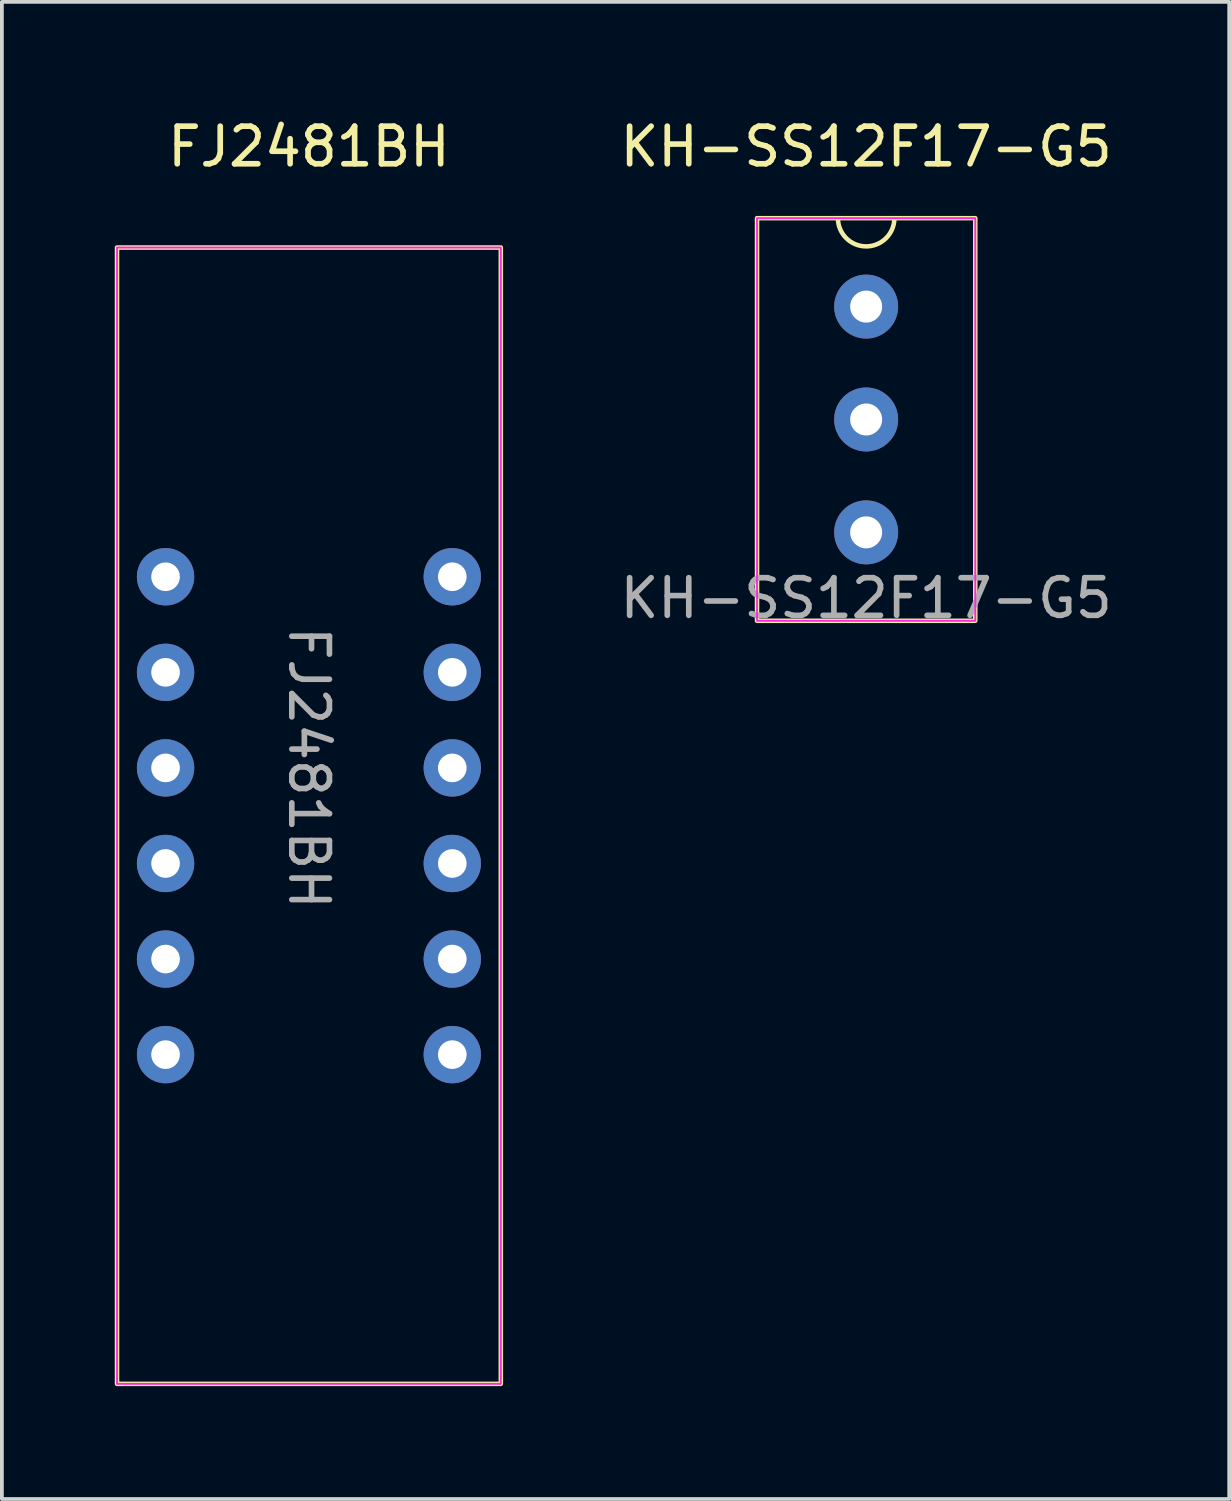
<source format=kicad_pcb>
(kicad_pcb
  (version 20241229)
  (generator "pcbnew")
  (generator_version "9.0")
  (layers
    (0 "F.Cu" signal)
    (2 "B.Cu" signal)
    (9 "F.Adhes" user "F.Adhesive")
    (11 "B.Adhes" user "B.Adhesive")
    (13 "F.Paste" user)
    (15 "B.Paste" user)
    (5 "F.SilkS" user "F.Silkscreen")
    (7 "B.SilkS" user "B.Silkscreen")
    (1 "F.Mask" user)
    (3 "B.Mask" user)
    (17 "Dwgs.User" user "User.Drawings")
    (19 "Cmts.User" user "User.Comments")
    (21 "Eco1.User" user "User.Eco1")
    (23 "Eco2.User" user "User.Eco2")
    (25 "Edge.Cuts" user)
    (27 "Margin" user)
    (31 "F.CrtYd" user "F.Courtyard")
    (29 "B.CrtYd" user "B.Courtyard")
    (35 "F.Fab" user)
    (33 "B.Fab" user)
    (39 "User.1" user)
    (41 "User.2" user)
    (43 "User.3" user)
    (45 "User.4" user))
  (footprint "FJ2481BH"
    (layer "F.Cu")
    (at 1.35 12.278)
    (property "Reference" "FJ2481BH" (at 3.81 -11.43 0) (unlocked yes) (layer "F.SilkS") (effects (font (size 1 1) (thickness 0.15))))
    (attr through_hole)
    (fp_rect (start -1.29 -8.75) (end 8.91 21.45) (stroke (width 0.12) (type solid)) (fill no) (layer "F.SilkS"))
    (fp_rect (start -1.29 -8.75) (end 8.91 21.45) (stroke (width 0.05) (type solid)) (fill no) (layer "F.CrtYd"))
    (fp_text user "${REFERENCE}" (at 3.81 5.08 270) (unlocked yes) (layer "F.Fab") (effects (font (size 1 1) (thickness 0.15))))
    (pad "1" thru_hole circle (at 0 0) (size 1.524 1.524) (drill 0.762) (layers "*.Cu" "*.Mask"))
    (pad "2" thru_hole circle (at 0 2.54) (size 1.524 1.524) (drill 0.762) (layers "*.Cu" "*.Mask"))
    (pad "3" thru_hole circle (at 0 5.08) (size 1.524 1.524) (drill 0.762) (layers "*.Cu" "*.Mask"))
    (pad "4" thru_hole circle (at 0 7.62) (size 1.524 1.524) (drill 0.762) (layers "*.Cu" "*.Mask"))
    (pad "5" thru_hole circle (at 0 10.16) (size 1.524 1.524) (drill 0.762) (layers "*.Cu" "*.Mask"))
    (pad "6" thru_hole circle (at 0 12.7) (size 1.524 1.524) (drill 0.762) (layers "*.Cu" "*.Mask"))
    (pad "7" thru_hole circle (at 7.62 12.7) (size 1.524 1.524) (drill 0.762) (layers "*.Cu" "*.Mask"))
    (pad "8" thru_hole circle (at 7.62 10.16) (size 1.524 1.524) (drill 0.762) (layers "*.Cu" "*.Mask"))
    (pad "9" thru_hole circle (at 7.62 7.62) (size 1.524 1.524) (drill 0.762) (layers "*.Cu" "*.Mask"))
    (pad "10" thru_hole circle (at 7.62 5.08) (size 1.524 1.524) (drill 0.762) (layers "*.Cu" "*.Mask"))
    (pad "11" thru_hole circle (at 7.62 2.54) (size 1.524 1.524) (drill 0.762) (layers "*.Cu" "*.Mask"))
    (pad "12" thru_hole circle (at 7.62 0) (size 1.524 1.524) (drill 0.762) (layers "*.Cu" "*.Mask")))
  (footprint "KH-SS12F17-G5"
    (layer "F.Cu")
    (at 19.969 5.098)
    (property "Reference" "KH-SS12F17-G5" (at 0 -4.25 0) (unlocked yes) (layer "F.SilkS") (effects (font (size 1 1) (thickness 0.15))))
    (attr through_hole)
    (fp_rect (start -2.9 -2.35) (end 2.9 8.35) (stroke (width 0.12) (type solid)) (fill no) (layer "F.SilkS"))
    (fp_arc (start 0.75 -2.35) (mid 0 -1.6) (end -0.75 -2.35) (stroke (width 0.12) (type solid)) (layer "F.SilkS"))
    (fp_rect (start -2.9 -2.35) (end 2.9 8.35) (stroke (width 0.05) (type solid)) (fill no) (layer "F.CrtYd"))
    (fp_text user "${REFERENCE}" (at 0 7.75 0) (unlocked yes) (layer "F.Fab") (effects (font (size 1 1) (thickness 0.15))))
    (pad "1" thru_hole circle (at 0 0) (size 1.7 1.7) (drill 0.85) (layers "*.Cu" "*.Mask"))
    (pad "2" thru_hole circle (at 0 3) (size 1.7 1.7) (drill 0.85) (layers "*.Cu" "*.Mask"))
    (pad "3" thru_hole circle (at 0 6) (size 1.7 1.7) (drill 0.85) (layers "*.Cu" "*.Mask")))
  (gr_rect
    (start -3 -3)
    (end 29.618 36.788)
    (stroke (width 0.1) (type default))
    (fill no)
    (layer "Edge.Cuts")))
</source>
